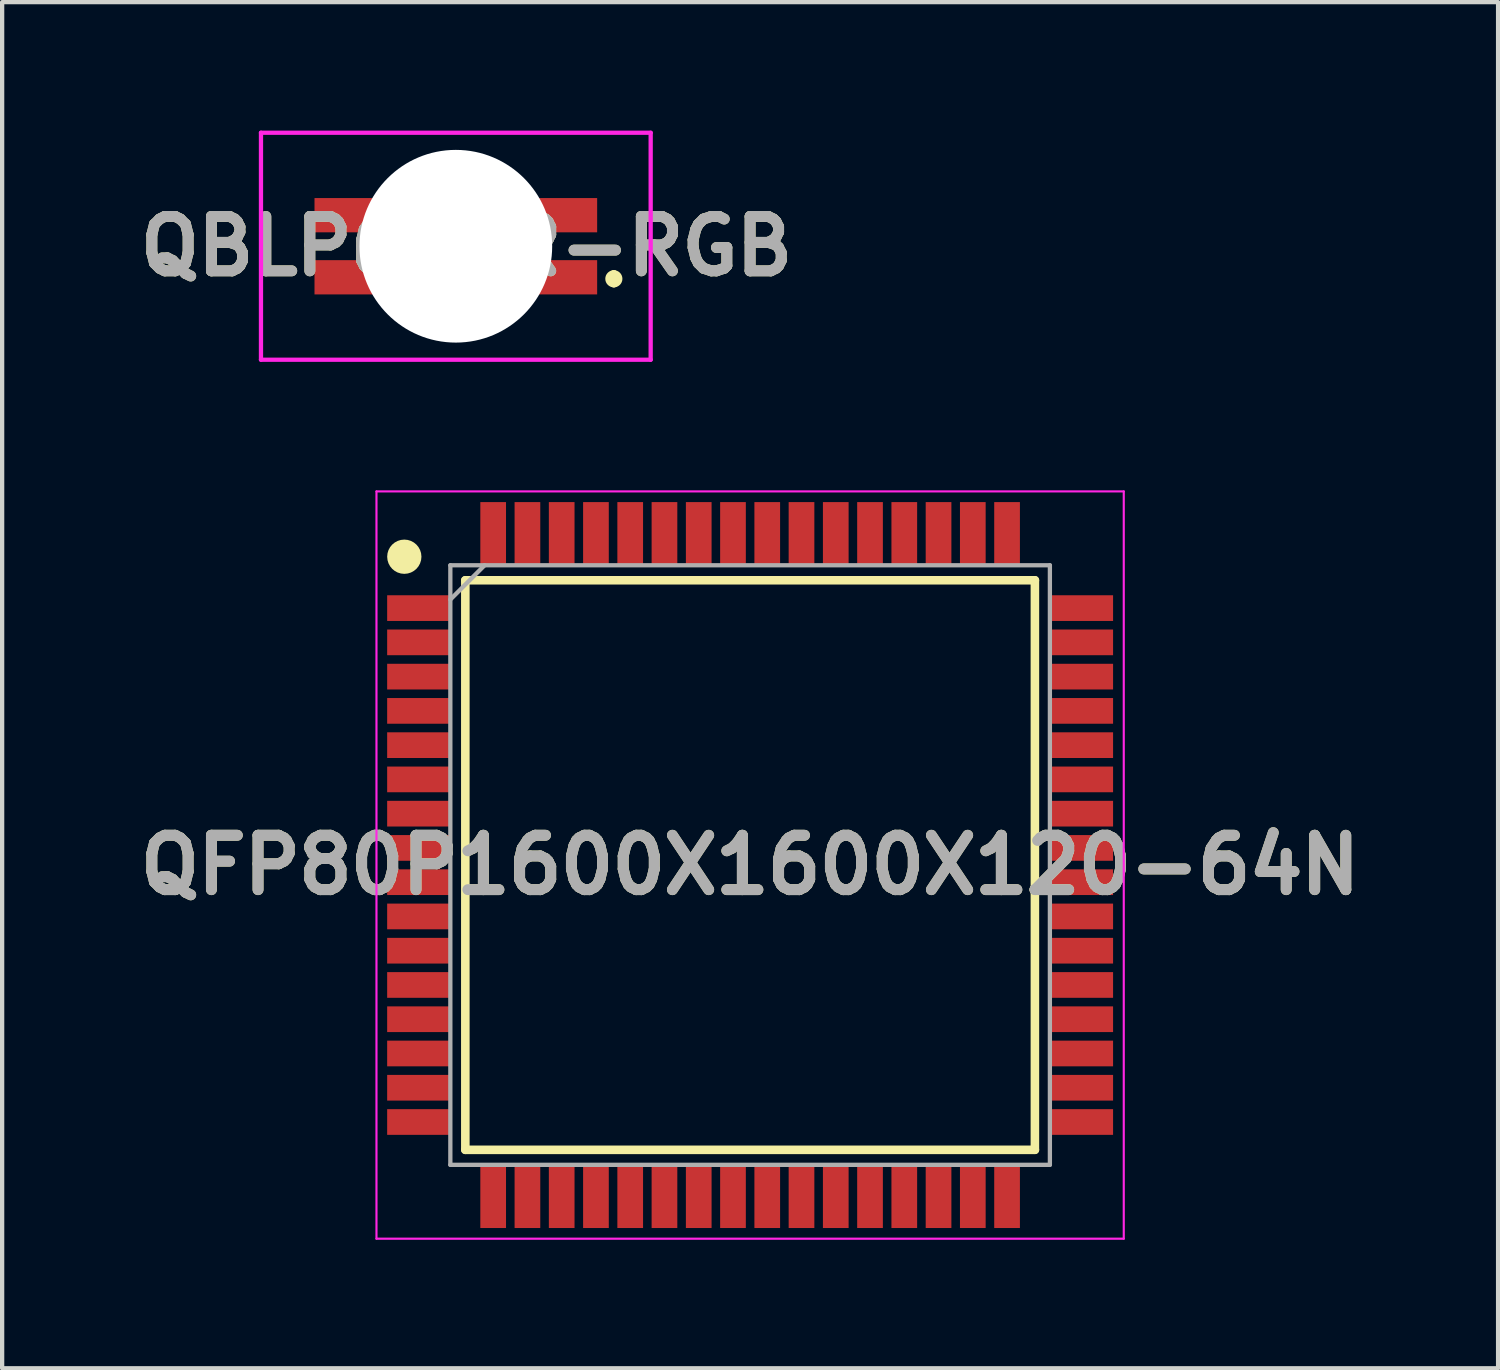
<source format=kicad_pcb>
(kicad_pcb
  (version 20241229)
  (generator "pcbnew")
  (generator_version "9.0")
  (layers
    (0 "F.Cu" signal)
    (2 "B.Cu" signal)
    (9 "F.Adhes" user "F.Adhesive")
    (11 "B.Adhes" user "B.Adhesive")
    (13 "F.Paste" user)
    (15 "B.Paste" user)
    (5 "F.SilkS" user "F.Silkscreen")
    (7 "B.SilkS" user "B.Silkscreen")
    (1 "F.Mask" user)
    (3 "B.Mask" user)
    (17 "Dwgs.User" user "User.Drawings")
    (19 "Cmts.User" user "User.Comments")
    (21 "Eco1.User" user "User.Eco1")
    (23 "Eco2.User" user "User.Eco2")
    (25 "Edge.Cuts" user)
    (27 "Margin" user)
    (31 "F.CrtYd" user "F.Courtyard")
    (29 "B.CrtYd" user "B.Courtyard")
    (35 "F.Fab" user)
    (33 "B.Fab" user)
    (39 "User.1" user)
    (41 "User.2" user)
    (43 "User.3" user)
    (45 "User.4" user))
  (footprint "QFP80P1600X1600X120-64N"
    (layer "F.Cu")
    (at 14.466 17.15)
    (property "Reference" "QFP80P1600X1600X120-64N" (at 0 0 0) (layer "F.SilkS") (effects (font (size 1.27 1.27) (thickness 0.254))))
    (attr smd)
    (fp_line (start -6.65 -6.65) (end 6.65 -6.65) (stroke (width 0.2) (type solid)) (layer "F.SilkS"))
    (fp_line (start -6.65 6.65) (end -6.65 -6.65) (stroke (width 0.2) (type solid)) (layer "F.SilkS"))
    (fp_line (start 6.65 -6.65) (end 6.65 6.65) (stroke (width 0.2) (type solid)) (layer "F.SilkS"))
    (fp_line (start 6.65 6.65) (end -6.65 6.65) (stroke (width 0.2) (type solid)) (layer "F.SilkS"))
    (fp_circle (center -8.075 -7.2) (end -8.075 -7) (stroke (width 0.4) (type solid)) (fill no) (layer "F.SilkS"))
    (fp_line (start -8.725 -8.725) (end 8.725 -8.725) (stroke (width 0.05) (type solid)) (layer "F.CrtYd"))
    (fp_line (start -8.725 8.725) (end -8.725 -8.725) (stroke (width 0.05) (type solid)) (layer "F.CrtYd"))
    (fp_line (start 8.725 -8.725) (end 8.725 8.725) (stroke (width 0.05) (type solid)) (layer "F.CrtYd"))
    (fp_line (start 8.725 8.725) (end -8.725 8.725) (stroke (width 0.05) (type solid)) (layer "F.CrtYd"))
    (fp_line (start -7 -7) (end 7 -7) (stroke (width 0.1) (type solid)) (layer "F.Fab"))
    (fp_line (start -7 -6.2) (end -6.2 -7) (stroke (width 0.1) (type solid)) (layer "F.Fab"))
    (fp_line (start -7 7) (end -7 -7) (stroke (width 0.1) (type solid)) (layer "F.Fab"))
    (fp_line (start 7 -7) (end 7 7) (stroke (width 0.1) (type solid)) (layer "F.Fab"))
    (fp_line (start 7 7) (end -7 7) (stroke (width 0.1) (type solid)) (layer "F.Fab"))
    (fp_text user "${REFERENCE}" (at 0 0 0) (layer "F.Fab") (effects (font (size 1.27 1.27) (thickness 0.254))))
    (pad "1" smd rect (at -7.738 -6 90) (size 0.6 1.475) (layers "F.Cu" "F.Mask" "F.Paste"))
    (pad "2" smd rect (at -7.738 -5.2 90) (size 0.6 1.475) (layers "F.Cu" "F.Mask" "F.Paste"))
    (pad "3" smd rect (at -7.738 -4.4 90) (size 0.6 1.475) (layers "F.Cu" "F.Mask" "F.Paste"))
    (pad "4" smd rect (at -7.738 -3.6 90) (size 0.6 1.475) (layers "F.Cu" "F.Mask" "F.Paste"))
    (pad "5" smd rect (at -7.738 -2.8 90) (size 0.6 1.475) (layers "F.Cu" "F.Mask" "F.Paste"))
    (pad "6" smd rect (at -7.738 -2 90) (size 0.6 1.475) (layers "F.Cu" "F.Mask" "F.Paste"))
    (pad "7" smd rect (at -7.738 -1.2 90) (size 0.6 1.475) (layers "F.Cu" "F.Mask" "F.Paste"))
    (pad "8" smd rect (at -7.738 -0.4 90) (size 0.6 1.475) (layers "F.Cu" "F.Mask" "F.Paste"))
    (pad "9" smd rect (at -7.738 0.4 90) (size 0.6 1.475) (layers "F.Cu" "F.Mask" "F.Paste"))
    (pad "10" smd rect (at -7.738 1.2 90) (size 0.6 1.475) (layers "F.Cu" "F.Mask" "F.Paste"))
    (pad "11" smd rect (at -7.738 2 90) (size 0.6 1.475) (layers "F.Cu" "F.Mask" "F.Paste"))
    (pad "12" smd rect (at -7.738 2.8 90) (size 0.6 1.475) (layers "F.Cu" "F.Mask" "F.Paste"))
    (pad "13" smd rect (at -7.738 3.6 90) (size 0.6 1.475) (layers "F.Cu" "F.Mask" "F.Paste"))
    (pad "14" smd rect (at -7.738 4.4 90) (size 0.6 1.475) (layers "F.Cu" "F.Mask" "F.Paste"))
    (pad "15" smd rect (at -7.738 5.2 90) (size 0.6 1.475) (layers "F.Cu" "F.Mask" "F.Paste"))
    (pad "16" smd rect (at -7.738 6 90) (size 0.6 1.475) (layers "F.Cu" "F.Mask" "F.Paste"))
    (pad "17" smd rect (at -6 7.738) (size 0.6 1.475) (layers "F.Cu" "F.Mask" "F.Paste"))
    (pad "18" smd rect (at -5.2 7.738) (size 0.6 1.475) (layers "F.Cu" "F.Mask" "F.Paste"))
    (pad "19" smd rect (at -4.4 7.738) (size 0.6 1.475) (layers "F.Cu" "F.Mask" "F.Paste"))
    (pad "20" smd rect (at -3.6 7.738) (size 0.6 1.475) (layers "F.Cu" "F.Mask" "F.Paste"))
    (pad "21" smd rect (at -2.8 7.738) (size 0.6 1.475) (layers "F.Cu" "F.Mask" "F.Paste"))
    (pad "22" smd rect (at -2 7.738) (size 0.6 1.475) (layers "F.Cu" "F.Mask" "F.Paste"))
    (pad "23" smd rect (at -1.2 7.738) (size 0.6 1.475) (layers "F.Cu" "F.Mask" "F.Paste"))
    (pad "24" smd rect (at -0.4 7.738) (size 0.6 1.475) (layers "F.Cu" "F.Mask" "F.Paste"))
    (pad "25" smd rect (at 0.4 7.738) (size 0.6 1.475) (layers "F.Cu" "F.Mask" "F.Paste"))
    (pad "26" smd rect (at 1.2 7.738) (size 0.6 1.475) (layers "F.Cu" "F.Mask" "F.Paste"))
    (pad "27" smd rect (at 2 7.738) (size 0.6 1.475) (layers "F.Cu" "F.Mask" "F.Paste"))
    (pad "28" smd rect (at 2.8 7.738) (size 0.6 1.475) (layers "F.Cu" "F.Mask" "F.Paste"))
    (pad "29" smd rect (at 3.6 7.738) (size 0.6 1.475) (layers "F.Cu" "F.Mask" "F.Paste"))
    (pad "30" smd rect (at 4.4 7.738) (size 0.6 1.475) (layers "F.Cu" "F.Mask" "F.Paste"))
    (pad "31" smd rect (at 5.2 7.738) (size 0.6 1.475) (layers "F.Cu" "F.Mask" "F.Paste"))
    (pad "32" smd rect (at 6 7.738) (size 0.6 1.475) (layers "F.Cu" "F.Mask" "F.Paste"))
    (pad "33" smd rect (at 7.738 6 90) (size 0.6 1.475) (layers "F.Cu" "F.Mask" "F.Paste"))
    (pad "34" smd rect (at 7.738 5.2 90) (size 0.6 1.475) (layers "F.Cu" "F.Mask" "F.Paste"))
    (pad "35" smd rect (at 7.738 4.4 90) (size 0.6 1.475) (layers "F.Cu" "F.Mask" "F.Paste"))
    (pad "36" smd rect (at 7.738 3.6 90) (size 0.6 1.475) (layers "F.Cu" "F.Mask" "F.Paste"))
    (pad "37" smd rect (at 7.738 2.8 90) (size 0.6 1.475) (layers "F.Cu" "F.Mask" "F.Paste"))
    (pad "38" smd rect (at 7.738 2 90) (size 0.6 1.475) (layers "F.Cu" "F.Mask" "F.Paste"))
    (pad "39" smd rect (at 7.738 1.2 90) (size 0.6 1.475) (layers "F.Cu" "F.Mask" "F.Paste"))
    (pad "40" smd rect (at 7.738 0.4 90) (size 0.6 1.475) (layers "F.Cu" "F.Mask" "F.Paste"))
    (pad "41" smd rect (at 7.738 -0.4 90) (size 0.6 1.475) (layers "F.Cu" "F.Mask" "F.Paste"))
    (pad "42" smd rect (at 7.738 -1.2 90) (size 0.6 1.475) (layers "F.Cu" "F.Mask" "F.Paste"))
    (pad "43" smd rect (at 7.738 -2 90) (size 0.6 1.475) (layers "F.Cu" "F.Mask" "F.Paste"))
    (pad "44" smd rect (at 7.738 -2.8 90) (size 0.6 1.475) (layers "F.Cu" "F.Mask" "F.Paste"))
    (pad "45" smd rect (at 7.738 -3.6 90) (size 0.6 1.475) (layers "F.Cu" "F.Mask" "F.Paste"))
    (pad "46" smd rect (at 7.738 -4.4 90) (size 0.6 1.475) (layers "F.Cu" "F.Mask" "F.Paste"))
    (pad "47" smd rect (at 7.738 -5.2 90) (size 0.6 1.475) (layers "F.Cu" "F.Mask" "F.Paste"))
    (pad "48" smd rect (at 7.738 -6 90) (size 0.6 1.475) (layers "F.Cu" "F.Mask" "F.Paste"))
    (pad "49" smd rect (at 6 -7.738) (size 0.6 1.475) (layers "F.Cu" "F.Mask" "F.Paste"))
    (pad "50" smd rect (at 5.2 -7.738) (size 0.6 1.475) (layers "F.Cu" "F.Mask" "F.Paste"))
    (pad "51" smd rect (at 4.4 -7.738) (size 0.6 1.475) (layers "F.Cu" "F.Mask" "F.Paste"))
    (pad "52" smd rect (at 3.6 -7.738) (size 0.6 1.475) (layers "F.Cu" "F.Mask" "F.Paste"))
    (pad "53" smd rect (at 2.8 -7.738) (size 0.6 1.475) (layers "F.Cu" "F.Mask" "F.Paste"))
    (pad "54" smd rect (at 2 -7.738) (size 0.6 1.475) (layers "F.Cu" "F.Mask" "F.Paste"))
    (pad "55" smd rect (at 1.2 -7.738) (size 0.6 1.475) (layers "F.Cu" "F.Mask" "F.Paste"))
    (pad "56" smd rect (at 0.4 -7.738) (size 0.6 1.475) (layers "F.Cu" "F.Mask" "F.Paste"))
    (pad "57" smd rect (at -0.4 -7.738) (size 0.6 1.475) (layers "F.Cu" "F.Mask" "F.Paste"))
    (pad "58" smd rect (at -1.2 -7.738) (size 0.6 1.475) (layers "F.Cu" "F.Mask" "F.Paste"))
    (pad "59" smd rect (at -2 -7.738) (size 0.6 1.475) (layers "F.Cu" "F.Mask" "F.Paste"))
    (pad "60" smd rect (at -2.8 -7.738) (size 0.6 1.475) (layers "F.Cu" "F.Mask" "F.Paste"))
    (pad "61" smd rect (at -3.6 -7.738) (size 0.6 1.475) (layers "F.Cu" "F.Mask" "F.Paste"))
    (pad "62" smd rect (at -4.4 -7.738) (size 0.6 1.475) (layers "F.Cu" "F.Mask" "F.Paste"))
    (pad "63" smd rect (at -5.2 -7.738) (size 0.6 1.475) (layers "F.Cu" "F.Mask" "F.Paste"))
    (pad "64" smd rect (at -6 -7.738) (size 0.6 1.475) (layers "F.Cu" "F.Mask" "F.Paste")))
  (footprint "QBLP677R-RGB"
    (layer "F.Cu")
    (at 7.594 2.7)
    (property "Reference" "QBLP677R-RGB" (at 0.25 0 0) (layer "F.SilkS") (effects (font (size 1.27 1.27) (thickness 0.254))))
    (attr smd)
    (fp_line (start -1.6 -1.4) (end -1.6 -0.725) (stroke (width 0.1) (type solid)) (layer "F.SilkS"))
    (fp_line (start -1.6 0.725) (end -1.6 1.4) (stroke (width 0.1) (type solid)) (layer "F.SilkS"))
    (fp_line (start -1.6 1.4) (end -1.1 1.4) (stroke (width 0.1) (type solid)) (layer "F.SilkS"))
    (fp_line (start -1.1 -1.4) (end -1.6 -1.4) (stroke (width 0.1) (type solid)) (layer "F.SilkS"))
    (fp_line (start 1.1 -1.4) (end 1.6 -1.4) (stroke (width 0.1) (type solid)) (layer "F.SilkS"))
    (fp_line (start 1.1 1.4) (end 1.6 1.4) (stroke (width 0.1) (type solid)) (layer "F.SilkS"))
    (fp_line (start 1.6 -1.4) (end 1.6 -0.725) (stroke (width 0.1) (type solid)) (layer "F.SilkS"))
    (fp_line (start 1.6 1.4) (end 1.6 0.725) (stroke (width 0.1) (type solid)) (layer "F.SilkS"))
    (fp_line (start 3.69 0.66) (end 3.69 0.66) (stroke (width 0.2) (type solid)) (layer "F.SilkS"))
    (fp_line (start 3.69 0.86) (end 3.69 0.86) (stroke (width 0.2) (type solid)) (layer "F.SilkS"))
    (fp_arc (start 3.69 0.66) (mid 3.79 0.76) (end 3.69 0.86) (stroke (width 0.2) (type solid)) (layer "F.SilkS"))
    (fp_arc (start 3.69 0.86) (mid 3.59 0.76) (end 3.69 0.66) (stroke (width 0.2) (type solid)) (layer "F.SilkS"))
    (fp_line (start -4.55 -2.65) (end 4.55 -2.65) (stroke (width 0.1) (type solid)) (layer "F.CrtYd"))
    (fp_line (start -4.55 2.65) (end -4.55 -2.65) (stroke (width 0.1) (type solid)) (layer "F.CrtYd"))
    (fp_line (start 4.55 -2.65) (end 4.55 2.65) (stroke (width 0.1) (type solid)) (layer "F.CrtYd"))
    (fp_line (start 4.55 2.65) (end -4.55 2.65) (stroke (width 0.1) (type solid)) (layer "F.CrtYd"))
    (fp_line (start -1.6 -1.4) (end 1.6 -1.4) (stroke (width 0.2) (type solid)) (layer "F.Fab"))
    (fp_line (start -1.6 1.4) (end -1.6 -1.4) (stroke (width 0.2) (type solid)) (layer "F.Fab"))
    (fp_line (start 1.6 -1.4) (end 1.6 1.4) (stroke (width 0.2) (type solid)) (layer "F.Fab"))
    (fp_line (start 1.6 1.4) (end -1.6 1.4) (stroke (width 0.2) (type solid)) (layer "F.Fab"))
    (fp_text user "${REFERENCE}" (at 0.25 0 0) (layer "F.Fab") (effects (font (size 1.27 1.27) (thickness 0.254))))
    (pad "" np_thru_hole circle (at 0 0) (size 4.5 4.5) (drill 4.5) (layers "*.Cu" "*.Mask"))
    (pad "1" smd rect (at 2.6 0.725 90) (size 0.8 1.4) (layers "F.Cu" "F.Mask" "F.Paste"))
    (pad "2" smd rect (at -2.6 -0.725 90) (size 0.8 1.4) (layers "F.Cu" "F.Mask" "F.Paste"))
    (pad "3" smd rect (at -2.6 0.725 90) (size 0.8 1.4) (layers "F.Cu" "F.Mask" "F.Paste"))
    (pad "4" smd rect (at 2.6 -0.725 90) (size 0.8 1.4) (layers "F.Cu" "F.Mask" "F.Paste")))
  (gr_rect
    (start -3 -3)
    (end 31.932 28.9)
    (stroke (width 0.1) (type default))
    (fill no)
    (layer "Edge.Cuts")))
</source>
